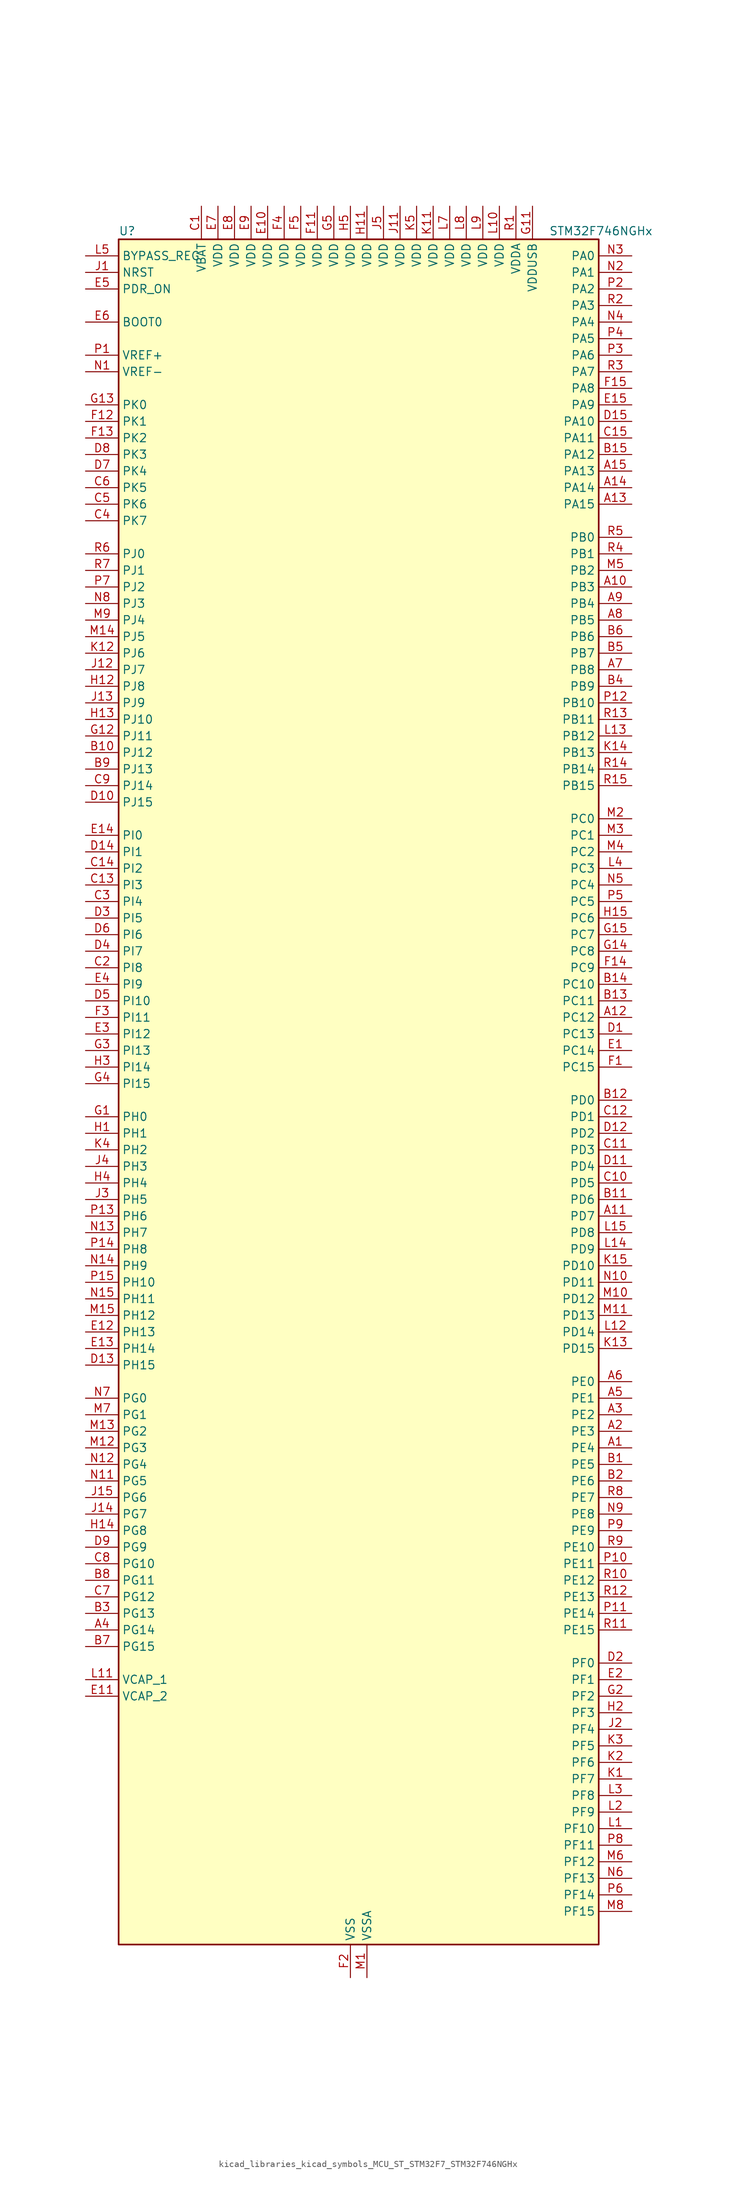
<source format=kicad_sym>
(kicad_symbol_lib
  (version 20220914)
  (generator kicad_symbol_editor)
  (symbol "kicad_libraries_kicad_symbols_MCU_ST_STM32F7_STM32F746NGHx"
    (property "Reference" "U"
      (at -35.56 133.35 0)
      (effects (font (size 1.27 1.27)) (justify left)))
    (property "Value" "STM32F746NGHx"
      (at 30.48 133.35 0)
      (effects (font (size 1.27 1.27)) (justify left)))
    (property "ki_locked" ""
      (at 0 0 0)
      (effects (font (size 1.27 1.27))))
    (symbol "kicad_libraries_kicad_symbols_MCU_ST_STM32F7_STM32F746NGHx_0_1"
      (rectangle (start -35.56 -129.54) (end 38.1 132.08) (stroke (width 0.254) (type default)) (fill (type background))))
    (symbol "kicad_libraries_kicad_symbols_MCU_ST_STM32F7_STM32F746NGHx_1_1"
      (pin bidirectional line (at 43.18 -53.34 180) (length 5.08) (name "PE4" (effects (font (size 1.27 1.27)))) (number "A1" (effects (font (size 1.27 1.27)))) (alternate "DCMI_D4" bidirectional line) (alternate "FMC_A20" bidirectional line) (alternate "LTDC_B0" bidirectional line) (alternate "SAI1_FS_A" bidirectional line) (alternate "SPI4_NSS" bidirectional line) (alternate "SYS_TRACED1" bidirectional line))
      (pin bidirectional line (at 43.18 78.74 180) (length 5.08) (name "PB3" (effects (font (size 1.27 1.27)))) (number "A10" (effects (font (size 1.27 1.27)))) (alternate "I2S1_CK" bidirectional line) (alternate "I2S3_CK" bidirectional line) (alternate "SPI1_SCK" bidirectional line) (alternate "SPI3_SCK" bidirectional line) (alternate "SYS_JTDO-SWO" bidirectional line) (alternate "TIM2_CH2" bidirectional line))
      (pin bidirectional line (at 43.18 -17.78 180) (length 5.08) (name "PD7" (effects (font (size 1.27 1.27)))) (number "A11" (effects (font (size 1.27 1.27)))) (alternate "FMC_NE1" bidirectional line) (alternate "SPDIFRX_IN0" bidirectional line) (alternate "USART2_CK" bidirectional line))
      (pin bidirectional line (at 43.18 12.7 180) (length 5.08) (name "PC12" (effects (font (size 1.27 1.27)))) (number "A12" (effects (font (size 1.27 1.27)))) (alternate "DCMI_D9" bidirectional line) (alternate "I2S3_SD" bidirectional line) (alternate "SDMMC1_CK" bidirectional line) (alternate "SPI3_MOSI" bidirectional line) (alternate "SYS_TRACED3" bidirectional line) (alternate "UART5_TX" bidirectional line) (alternate "USART3_CK" bidirectional line))
      (pin bidirectional line (at 43.18 91.44 180) (length 5.08) (name "PA15" (effects (font (size 1.27 1.27)))) (number "A13" (effects (font (size 1.27 1.27)))) (alternate "CEC" bidirectional line) (alternate "I2S1_WS" bidirectional line) (alternate "I2S3_WS" bidirectional line) (alternate "SPI1_NSS" bidirectional line) (alternate "SPI3_NSS" bidirectional line) (alternate "SYS_JTDI" bidirectional line) (alternate "TIM2_CH1" bidirectional line) (alternate "TIM2_ETR" bidirectional line) (alternate "UART4_DE" bidirectional line) (alternate "UART4_RTS" bidirectional line))
      (pin bidirectional line (at 43.18 93.98 180) (length 5.08) (name "PA14" (effects (font (size 1.27 1.27)))) (number "A14" (effects (font (size 1.27 1.27)))) (alternate "SYS_JTCK-SWCLK" bidirectional line))
      (pin bidirectional line (at 43.18 96.52 180) (length 5.08) (name "PA13" (effects (font (size 1.27 1.27)))) (number "A15" (effects (font (size 1.27 1.27)))) (alternate "SYS_JTMS-SWDIO" bidirectional line))
      (pin bidirectional line (at 43.18 -50.8 180) (length 5.08) (name "PE3" (effects (font (size 1.27 1.27)))) (number "A2" (effects (font (size 1.27 1.27)))) (alternate "FMC_A19" bidirectional line) (alternate "SAI1_SD_B" bidirectional line) (alternate "SYS_TRACED0" bidirectional line))
      (pin bidirectional line (at 43.18 -48.26 180) (length 5.08) (name "PE2" (effects (font (size 1.27 1.27)))) (number "A3" (effects (font (size 1.27 1.27)))) (alternate "ETH_TXD3" bidirectional line) (alternate "FMC_A23" bidirectional line) (alternate "QUADSPI_BK1_IO2" bidirectional line) (alternate "SAI1_MCLK_A" bidirectional line) (alternate "SPI4_SCK" bidirectional line) (alternate "SYS_TRACECLK" bidirectional line))
      (pin bidirectional line (at -40.64 -81.28 0) (length 5.08) (name "PG14" (effects (font (size 1.27 1.27)))) (number "A4" (effects (font (size 1.27 1.27)))) (alternate "ETH_TXD1" bidirectional line) (alternate "FMC_A25" bidirectional line) (alternate "LPTIM1_ETR" bidirectional line) (alternate "LTDC_B0" bidirectional line) (alternate "QUADSPI_BK2_IO3" bidirectional line) (alternate "SPI6_MOSI" bidirectional line) (alternate "SYS_TRACED1" bidirectional line) (alternate "USART6_TX" bidirectional line))
      (pin bidirectional line (at 43.18 -45.72 180) (length 5.08) (name "PE1" (effects (font (size 1.27 1.27)))) (number "A5" (effects (font (size 1.27 1.27)))) (alternate "DCMI_D3" bidirectional line) (alternate "FMC_NBL1" bidirectional line) (alternate "LPTIM1_IN2" bidirectional line) (alternate "UART8_TX" bidirectional line))
      (pin bidirectional line (at 43.18 -43.18 180) (length 5.08) (name "PE0" (effects (font (size 1.27 1.27)))) (number "A6" (effects (font (size 1.27 1.27)))) (alternate "DCMI_D2" bidirectional line) (alternate "FMC_NBL0" bidirectional line) (alternate "LPTIM1_ETR" bidirectional line) (alternate "SAI2_MCLK_A" bidirectional line) (alternate "TIM4_ETR" bidirectional line) (alternate "UART8_RX" bidirectional line))
      (pin bidirectional line (at 43.18 66.04 180) (length 5.08) (name "PB8" (effects (font (size 1.27 1.27)))) (number "A7" (effects (font (size 1.27 1.27)))) (alternate "CAN1_RX" bidirectional line) (alternate "DCMI_D6" bidirectional line) (alternate "ETH_TXD3" bidirectional line) (alternate "I2C1_SCL" bidirectional line) (alternate "LTDC_B6" bidirectional line) (alternate "SDMMC1_D4" bidirectional line) (alternate "TIM10_CH1" bidirectional line) (alternate "TIM4_CH3" bidirectional line))
      (pin bidirectional line (at 43.18 73.66 180) (length 5.08) (name "PB5" (effects (font (size 1.27 1.27)))) (number "A8" (effects (font (size 1.27 1.27)))) (alternate "CAN2_RX" bidirectional line) (alternate "DCMI_D10" bidirectional line) (alternate "ETH_PPS_OUT" bidirectional line) (alternate "FMC_SDCKE1" bidirectional line) (alternate "I2C1_SMBA" bidirectional line) (alternate "I2S1_SD" bidirectional line) (alternate "I2S3_SD" bidirectional line) (alternate "SPI1_MOSI" bidirectional line) (alternate "SPI3_MOSI" bidirectional line) (alternate "TIM3_CH2" bidirectional line) (alternate "USB_OTG_HS_ULPI_D7" bidirectional line))
      (pin bidirectional line (at 43.18 76.2 180) (length 5.08) (name "PB4" (effects (font (size 1.27 1.27)))) (number "A9" (effects (font (size 1.27 1.27)))) (alternate "I2S2_WS" bidirectional line) (alternate "SPI1_MISO" bidirectional line) (alternate "SPI2_NSS" bidirectional line) (alternate "SPI3_MISO" bidirectional line) (alternate "SYS_JTRST" bidirectional line) (alternate "TIM3_CH1" bidirectional line))
      (pin bidirectional line (at 43.18 -55.88 180) (length 5.08) (name "PE5" (effects (font (size 1.27 1.27)))) (number "B1" (effects (font (size 1.27 1.27)))) (alternate "DCMI_D6" bidirectional line) (alternate "FMC_A21" bidirectional line) (alternate "LTDC_G0" bidirectional line) (alternate "SAI1_SCK_A" bidirectional line) (alternate "SPI4_MISO" bidirectional line) (alternate "SYS_TRACED2" bidirectional line) (alternate "TIM9_CH1" bidirectional line))
      (pin bidirectional line (at -40.64 53.34 0) (length 5.08) (name "PJ12" (effects (font (size 1.27 1.27)))) (number "B10" (effects (font (size 1.27 1.27)))) (alternate "LTDC_B0" bidirectional line))
      (pin bidirectional line (at 43.18 -15.24 180) (length 5.08) (name "PD6" (effects (font (size 1.27 1.27)))) (number "B11" (effects (font (size 1.27 1.27)))) (alternate "DCMI_D10" bidirectional line) (alternate "FMC_NWAIT" bidirectional line) (alternate "I2S3_SD" bidirectional line) (alternate "LTDC_B2" bidirectional line) (alternate "SAI1_SD_A" bidirectional line) (alternate "SPI3_MOSI" bidirectional line) (alternate "USART2_RX" bidirectional line))
      (pin bidirectional line (at 43.18 0 180) (length 5.08) (name "PD0" (effects (font (size 1.27 1.27)))) (number "B12" (effects (font (size 1.27 1.27)))) (alternate "CAN1_RX" bidirectional line) (alternate "FMC_D2" bidirectional line) (alternate "FMC_DA2" bidirectional line))
      (pin bidirectional line (at 43.18 15.24 180) (length 5.08) (name "PC11" (effects (font (size 1.27 1.27)))) (number "B13" (effects (font (size 1.27 1.27)))) (alternate "ADC1_EXTI11" bidirectional line) (alternate "ADC2_EXTI11" bidirectional line) (alternate "ADC3_EXTI11" bidirectional line) (alternate "DCMI_D4" bidirectional line) (alternate "QUADSPI_BK2_NCS" bidirectional line) (alternate "SDMMC1_D3" bidirectional line) (alternate "SPI3_MISO" bidirectional line) (alternate "UART4_RX" bidirectional line) (alternate "USART3_RX" bidirectional line))
      (pin bidirectional line (at 43.18 17.78 180) (length 5.08) (name "PC10" (effects (font (size 1.27 1.27)))) (number "B14" (effects (font (size 1.27 1.27)))) (alternate "DCMI_D8" bidirectional line) (alternate "I2S3_CK" bidirectional line) (alternate "LTDC_R2" bidirectional line) (alternate "QUADSPI_BK1_IO1" bidirectional line) (alternate "SDMMC1_D2" bidirectional line) (alternate "SPI3_SCK" bidirectional line) (alternate "UART4_TX" bidirectional line) (alternate "USART3_TX" bidirectional line))
      (pin bidirectional line (at 43.18 99.06 180) (length 5.08) (name "PA12" (effects (font (size 1.27 1.27)))) (number "B15" (effects (font (size 1.27 1.27)))) (alternate "CAN1_TX" bidirectional line) (alternate "LTDC_R5" bidirectional line) (alternate "SAI2_FS_B" bidirectional line) (alternate "TIM1_ETR" bidirectional line) (alternate "USART1_DE" bidirectional line) (alternate "USART1_RTS" bidirectional line) (alternate "USB_OTG_FS_DP" bidirectional line))
      (pin bidirectional line (at 43.18 -58.42 180) (length 5.08) (name "PE6" (effects (font (size 1.27 1.27)))) (number "B2" (effects (font (size 1.27 1.27)))) (alternate "DCMI_D7" bidirectional line) (alternate "FMC_A22" bidirectional line) (alternate "LTDC_G1" bidirectional line) (alternate "SAI1_SD_A" bidirectional line) (alternate "SAI2_MCLK_B" bidirectional line) (alternate "SPI4_MOSI" bidirectional line) (alternate "SYS_TRACED3" bidirectional line) (alternate "TIM1_BKIN2" bidirectional line) (alternate "TIM9_CH2" bidirectional line))
      (pin bidirectional line (at -40.64 -78.74 0) (length 5.08) (name "PG13" (effects (font (size 1.27 1.27)))) (number "B3" (effects (font (size 1.27 1.27)))) (alternate "ETH_TXD0" bidirectional line) (alternate "FMC_A24" bidirectional line) (alternate "LPTIM1_OUT" bidirectional line) (alternate "LTDC_R0" bidirectional line) (alternate "SPI6_SCK" bidirectional line) (alternate "SYS_TRACED0" bidirectional line) (alternate "USART6_CTS" bidirectional line))
      (pin bidirectional line (at 43.18 63.5 180) (length 5.08) (name "PB9" (effects (font (size 1.27 1.27)))) (number "B4" (effects (font (size 1.27 1.27)))) (alternate "CAN1_TX" bidirectional line) (alternate "DAC_EXTI9" bidirectional line) (alternate "DCMI_D7" bidirectional line) (alternate "I2C1_SDA" bidirectional line) (alternate "I2S2_WS" bidirectional line) (alternate "LTDC_B7" bidirectional line) (alternate "SDMMC1_D5" bidirectional line) (alternate "SPI2_NSS" bidirectional line) (alternate "TIM11_CH1" bidirectional line) (alternate "TIM4_CH4" bidirectional line))
      (pin bidirectional line (at 43.18 68.58 180) (length 5.08) (name "PB7" (effects (font (size 1.27 1.27)))) (number "B5" (effects (font (size 1.27 1.27)))) (alternate "DCMI_VSYNC" bidirectional line) (alternate "FMC_NL" bidirectional line) (alternate "I2C1_SDA" bidirectional line) (alternate "TIM4_CH2" bidirectional line) (alternate "USART1_RX" bidirectional line))
      (pin bidirectional line (at 43.18 71.12 180) (length 5.08) (name "PB6" (effects (font (size 1.27 1.27)))) (number "B6" (effects (font (size 1.27 1.27)))) (alternate "CAN2_TX" bidirectional line) (alternate "CEC" bidirectional line) (alternate "DCMI_D5" bidirectional line) (alternate "FMC_SDNE1" bidirectional line) (alternate "I2C1_SCL" bidirectional line) (alternate "QUADSPI_BK1_NCS" bidirectional line) (alternate "TIM4_CH1" bidirectional line) (alternate "USART1_TX" bidirectional line))
      (pin bidirectional line (at -40.64 -83.82 0) (length 5.08) (name "PG15" (effects (font (size 1.27 1.27)))) (number "B7" (effects (font (size 1.27 1.27)))) (alternate "DCMI_D13" bidirectional line) (alternate "FMC_SDNCAS" bidirectional line) (alternate "USART6_CTS" bidirectional line))
      (pin bidirectional line (at -40.64 -73.66 0) (length 5.08) (name "PG11" (effects (font (size 1.27 1.27)))) (number "B8" (effects (font (size 1.27 1.27)))) (alternate "ADC1_EXTI11" bidirectional line) (alternate "ADC2_EXTI11" bidirectional line) (alternate "ADC3_EXTI11" bidirectional line) (alternate "DCMI_D3" bidirectional line) (alternate "ETH_TX_EN" bidirectional line) (alternate "LTDC_B3" bidirectional line) (alternate "SPDIFRX_IN0" bidirectional line))
      (pin bidirectional line (at -40.64 50.8 0) (length 5.08) (name "PJ13" (effects (font (size 1.27 1.27)))) (number "B9" (effects (font (size 1.27 1.27)))) (alternate "LTDC_B1" bidirectional line))
      (pin power_in line (at -22.86 137.16 270) (length 5.08) (name "VBAT" (effects (font (size 1.27 1.27)))) (number "C1" (effects (font (size 1.27 1.27)))))
      (pin bidirectional line (at 43.18 -12.7 180) (length 5.08) (name "PD5" (effects (font (size 1.27 1.27)))) (number "C10" (effects (font (size 1.27 1.27)))) (alternate "FMC_NWE" bidirectional line) (alternate "USART2_TX" bidirectional line))
      (pin bidirectional line (at 43.18 -7.62 180) (length 5.08) (name "PD3" (effects (font (size 1.27 1.27)))) (number "C11" (effects (font (size 1.27 1.27)))) (alternate "DCMI_D5" bidirectional line) (alternate "FMC_CLK" bidirectional line) (alternate "I2S2_CK" bidirectional line) (alternate "LTDC_G7" bidirectional line) (alternate "SPI2_SCK" bidirectional line) (alternate "USART2_CTS" bidirectional line))
      (pin bidirectional line (at 43.18 -2.54 180) (length 5.08) (name "PD1" (effects (font (size 1.27 1.27)))) (number "C12" (effects (font (size 1.27 1.27)))) (alternate "CAN1_TX" bidirectional line) (alternate "FMC_D3" bidirectional line) (alternate "FMC_DA3" bidirectional line))
      (pin bidirectional line (at -40.64 33.02 0) (length 5.08) (name "PI3" (effects (font (size 1.27 1.27)))) (number "C13" (effects (font (size 1.27 1.27)))) (alternate "DCMI_D10" bidirectional line) (alternate "FMC_D27" bidirectional line) (alternate "I2S2_SD" bidirectional line) (alternate "SPI2_MOSI" bidirectional line) (alternate "TIM8_ETR" bidirectional line))
      (pin bidirectional line (at -40.64 35.56 0) (length 5.08) (name "PI2" (effects (font (size 1.27 1.27)))) (number "C14" (effects (font (size 1.27 1.27)))) (alternate "DCMI_D9" bidirectional line) (alternate "FMC_D26" bidirectional line) (alternate "LTDC_G7" bidirectional line) (alternate "SPI2_MISO" bidirectional line) (alternate "TIM8_CH4" bidirectional line))
      (pin bidirectional line (at 43.18 101.6 180) (length 5.08) (name "PA11" (effects (font (size 1.27 1.27)))) (number "C15" (effects (font (size 1.27 1.27)))) (alternate "ADC1_EXTI11" bidirectional line) (alternate "ADC2_EXTI11" bidirectional line) (alternate "ADC3_EXTI11" bidirectional line) (alternate "CAN1_RX" bidirectional line) (alternate "LTDC_R4" bidirectional line) (alternate "TIM1_CH4" bidirectional line) (alternate "USART1_CTS" bidirectional line) (alternate "USB_OTG_FS_DM" bidirectional line))
      (pin bidirectional line (at -40.64 20.32 0) (length 5.08) (name "PI8" (effects (font (size 1.27 1.27)))) (number "C2" (effects (font (size 1.27 1.27)))) (alternate "RTC_TAMP2" bidirectional line) (alternate "RTC_TS" bidirectional line) (alternate "SYS_WKUP5" bidirectional line))
      (pin bidirectional line (at -40.64 30.48 0) (length 5.08) (name "PI4" (effects (font (size 1.27 1.27)))) (number "C3" (effects (font (size 1.27 1.27)))) (alternate "DCMI_D5" bidirectional line) (alternate "FMC_NBL2" bidirectional line) (alternate "LTDC_B4" bidirectional line) (alternate "SAI2_MCLK_A" bidirectional line) (alternate "TIM8_BKIN" bidirectional line))
      (pin bidirectional line (at -40.64 88.9 0) (length 5.08) (name "PK7" (effects (font (size 1.27 1.27)))) (number "C4" (effects (font (size 1.27 1.27)))) (alternate "LTDC_DE" bidirectional line))
      (pin bidirectional line (at -40.64 91.44 0) (length 5.08) (name "PK6" (effects (font (size 1.27 1.27)))) (number "C5" (effects (font (size 1.27 1.27)))) (alternate "LTDC_B7" bidirectional line))
      (pin bidirectional line (at -40.64 93.98 0) (length 5.08) (name "PK5" (effects (font (size 1.27 1.27)))) (number "C6" (effects (font (size 1.27 1.27)))) (alternate "LTDC_B6" bidirectional line))
      (pin bidirectional line (at -40.64 -76.2 0) (length 5.08) (name "PG12" (effects (font (size 1.27 1.27)))) (number "C7" (effects (font (size 1.27 1.27)))) (alternate "FMC_NE4" bidirectional line) (alternate "LPTIM1_IN1" bidirectional line) (alternate "LTDC_B1" bidirectional line) (alternate "LTDC_B4" bidirectional line) (alternate "SPDIFRX_IN1" bidirectional line) (alternate "SPI6_MISO" bidirectional line) (alternate "USART6_DE" bidirectional line) (alternate "USART6_RTS" bidirectional line))
      (pin bidirectional line (at -40.64 -71.12 0) (length 5.08) (name "PG10" (effects (font (size 1.27 1.27)))) (number "C8" (effects (font (size 1.27 1.27)))) (alternate "DCMI_D2" bidirectional line) (alternate "FMC_NE3" bidirectional line) (alternate "LTDC_B2" bidirectional line) (alternate "LTDC_G3" bidirectional line) (alternate "SAI2_SD_B" bidirectional line))
      (pin bidirectional line (at -40.64 48.26 0) (length 5.08) (name "PJ14" (effects (font (size 1.27 1.27)))) (number "C9" (effects (font (size 1.27 1.27)))) (alternate "LTDC_B2" bidirectional line))
      (pin bidirectional line (at 43.18 10.16 180) (length 5.08) (name "PC13" (effects (font (size 1.27 1.27)))) (number "D1" (effects (font (size 1.27 1.27)))) (alternate "RTC_OUT" bidirectional line) (alternate "RTC_TAMP1" bidirectional line) (alternate "RTC_TS" bidirectional line) (alternate "SYS_WKUP4" bidirectional line))
      (pin bidirectional line (at -40.64 45.72 0) (length 5.08) (name "PJ15" (effects (font (size 1.27 1.27)))) (number "D10" (effects (font (size 1.27 1.27)))) (alternate "LTDC_B3" bidirectional line))
      (pin bidirectional line (at 43.18 -10.16 180) (length 5.08) (name "PD4" (effects (font (size 1.27 1.27)))) (number "D11" (effects (font (size 1.27 1.27)))) (alternate "FMC_NOE" bidirectional line) (alternate "USART2_DE" bidirectional line) (alternate "USART2_RTS" bidirectional line))
      (pin bidirectional line (at 43.18 -5.08 180) (length 5.08) (name "PD2" (effects (font (size 1.27 1.27)))) (number "D12" (effects (font (size 1.27 1.27)))) (alternate "DCMI_D11" bidirectional line) (alternate "SDMMC1_CMD" bidirectional line) (alternate "SYS_TRACED2" bidirectional line) (alternate "TIM3_ETR" bidirectional line) (alternate "UART5_RX" bidirectional line))
      (pin bidirectional line (at -40.64 -40.64 0) (length 5.08) (name "PH15" (effects (font (size 1.27 1.27)))) (number "D13" (effects (font (size 1.27 1.27)))) (alternate "DCMI_D11" bidirectional line) (alternate "FMC_D23" bidirectional line) (alternate "LTDC_G4" bidirectional line) (alternate "TIM8_CH3N" bidirectional line))
      (pin bidirectional line (at -40.64 38.1 0) (length 5.08) (name "PI1" (effects (font (size 1.27 1.27)))) (number "D14" (effects (font (size 1.27 1.27)))) (alternate "DCMI_D8" bidirectional line) (alternate "FMC_D25" bidirectional line) (alternate "I2S2_CK" bidirectional line) (alternate "LTDC_G6" bidirectional line) (alternate "SPI2_SCK" bidirectional line) (alternate "TIM8_BKIN2" bidirectional line))
      (pin bidirectional line (at 43.18 104.14 180) (length 5.08) (name "PA10" (effects (font (size 1.27 1.27)))) (number "D15" (effects (font (size 1.27 1.27)))) (alternate "DCMI_D1" bidirectional line) (alternate "TIM1_CH3" bidirectional line) (alternate "USART1_RX" bidirectional line) (alternate "USB_OTG_FS_ID" bidirectional line))
      (pin bidirectional line (at 43.18 -86.36 180) (length 5.08) (name "PF0" (effects (font (size 1.27 1.27)))) (number "D2" (effects (font (size 1.27 1.27)))) (alternate "FMC_A0" bidirectional line) (alternate "I2C2_SDA" bidirectional line))
      (pin bidirectional line (at -40.64 27.94 0) (length 5.08) (name "PI5" (effects (font (size 1.27 1.27)))) (number "D3" (effects (font (size 1.27 1.27)))) (alternate "DCMI_VSYNC" bidirectional line) (alternate "FMC_NBL3" bidirectional line) (alternate "LTDC_B5" bidirectional line) (alternate "SAI2_SCK_A" bidirectional line) (alternate "TIM8_CH1" bidirectional line))
      (pin bidirectional line (at -40.64 22.86 0) (length 5.08) (name "PI7" (effects (font (size 1.27 1.27)))) (number "D4" (effects (font (size 1.27 1.27)))) (alternate "DCMI_D7" bidirectional line) (alternate "FMC_D29" bidirectional line) (alternate "LTDC_B7" bidirectional line) (alternate "SAI2_FS_A" bidirectional line) (alternate "TIM8_CH3" bidirectional line))
      (pin bidirectional line (at -40.64 15.24 0) (length 5.08) (name "PI10" (effects (font (size 1.27 1.27)))) (number "D5" (effects (font (size 1.27 1.27)))) (alternate "ETH_RX_ER" bidirectional line) (alternate "FMC_D31" bidirectional line) (alternate "LTDC_HSYNC" bidirectional line))
      (pin bidirectional line (at -40.64 25.4 0) (length 5.08) (name "PI6" (effects (font (size 1.27 1.27)))) (number "D6" (effects (font (size 1.27 1.27)))) (alternate "DCMI_D6" bidirectional line) (alternate "FMC_D28" bidirectional line) (alternate "LTDC_B6" bidirectional line) (alternate "SAI2_SD_A" bidirectional line) (alternate "TIM8_CH2" bidirectional line))
      (pin bidirectional line (at -40.64 96.52 0) (length 5.08) (name "PK4" (effects (font (size 1.27 1.27)))) (number "D7" (effects (font (size 1.27 1.27)))) (alternate "LTDC_B5" bidirectional line))
      (pin bidirectional line (at -40.64 99.06 0) (length 5.08) (name "PK3" (effects (font (size 1.27 1.27)))) (number "D8" (effects (font (size 1.27 1.27)))) (alternate "LTDC_B4" bidirectional line))
      (pin bidirectional line (at -40.64 -68.58 0) (length 5.08) (name "PG9" (effects (font (size 1.27 1.27)))) (number "D9" (effects (font (size 1.27 1.27)))) (alternate "DAC_EXTI9" bidirectional line) (alternate "DCMI_VSYNC" bidirectional line) (alternate "FMC_NCE" bidirectional line) (alternate "FMC_NE2" bidirectional line) (alternate "QUADSPI_BK2_IO2" bidirectional line) (alternate "SAI2_FS_B" bidirectional line) (alternate "SPDIFRX_IN3" bidirectional line) (alternate "USART6_RX" bidirectional line))
      (pin bidirectional line (at 43.18 7.62 180) (length 5.08) (name "PC14" (effects (font (size 1.27 1.27)))) (number "E1" (effects (font (size 1.27 1.27)))) (alternate "RCC_OSC32_IN" bidirectional line))
      (pin power_in line (at -12.7 137.16 270) (length 5.08) (name "VDD" (effects (font (size 1.27 1.27)))) (number "E10" (effects (font (size 1.27 1.27)))))
      (pin power_out line (at -40.64 -91.44 0) (length 5.08) (name "VCAP_2" (effects (font (size 1.27 1.27)))) (number "E11" (effects (font (size 1.27 1.27)))))
      (pin bidirectional line (at -40.64 -35.56 0) (length 5.08) (name "PH13" (effects (font (size 1.27 1.27)))) (number "E12" (effects (font (size 1.27 1.27)))) (alternate "CAN1_TX" bidirectional line) (alternate "FMC_D21" bidirectional line) (alternate "LTDC_G2" bidirectional line) (alternate "TIM8_CH1N" bidirectional line))
      (pin bidirectional line (at -40.64 -38.1 0) (length 5.08) (name "PH14" (effects (font (size 1.27 1.27)))) (number "E13" (effects (font (size 1.27 1.27)))) (alternate "DCMI_D4" bidirectional line) (alternate "FMC_D22" bidirectional line) (alternate "LTDC_G3" bidirectional line) (alternate "TIM8_CH2N" bidirectional line))
      (pin bidirectional line (at -40.64 40.64 0) (length 5.08) (name "PI0" (effects (font (size 1.27 1.27)))) (number "E14" (effects (font (size 1.27 1.27)))) (alternate "DCMI_D13" bidirectional line) (alternate "FMC_D24" bidirectional line) (alternate "I2S2_WS" bidirectional line) (alternate "LTDC_G5" bidirectional line) (alternate "SPI2_NSS" bidirectional line) (alternate "TIM5_CH4" bidirectional line))
      (pin bidirectional line (at 43.18 106.68 180) (length 5.08) (name "PA9" (effects (font (size 1.27 1.27)))) (number "E15" (effects (font (size 1.27 1.27)))) (alternate "DAC_EXTI9" bidirectional line) (alternate "DCMI_D0" bidirectional line) (alternate "I2C3_SMBA" bidirectional line) (alternate "I2S2_CK" bidirectional line) (alternate "SPI2_SCK" bidirectional line) (alternate "TIM1_CH2" bidirectional line) (alternate "USART1_TX" bidirectional line) (alternate "USB_OTG_FS_VBUS" bidirectional line))
      (pin bidirectional line (at 43.18 -88.9 180) (length 5.08) (name "PF1" (effects (font (size 1.27 1.27)))) (number "E2" (effects (font (size 1.27 1.27)))) (alternate "FMC_A1" bidirectional line) (alternate "I2C2_SCL" bidirectional line))
      (pin bidirectional line (at -40.64 10.16 0) (length 5.08) (name "PI12" (effects (font (size 1.27 1.27)))) (number "E3" (effects (font (size 1.27 1.27)))) (alternate "LTDC_HSYNC" bidirectional line))
      (pin bidirectional line (at -40.64 17.78 0) (length 5.08) (name "PI9" (effects (font (size 1.27 1.27)))) (number "E4" (effects (font (size 1.27 1.27)))) (alternate "CAN1_RX" bidirectional line) (alternate "DAC_EXTI9" bidirectional line) (alternate "FMC_D30" bidirectional line) (alternate "LTDC_VSYNC" bidirectional line))
      (pin input line (at -40.64 124.46 0) (length 5.08) (name "PDR_ON" (effects (font (size 1.27 1.27)))) (number "E5" (effects (font (size 1.27 1.27)))))
      (pin input line (at -40.64 119.38 0) (length 5.08) (name "BOOT0" (effects (font (size 1.27 1.27)))) (number "E6" (effects (font (size 1.27 1.27)))))
      (pin power_in line (at -20.32 137.16 270) (length 5.08) (name "VDD" (effects (font (size 1.27 1.27)))) (number "E7" (effects (font (size 1.27 1.27)))))
      (pin power_in line (at -17.78 137.16 270) (length 5.08) (name "VDD" (effects (font (size 1.27 1.27)))) (number "E8" (effects (font (size 1.27 1.27)))))
      (pin power_in line (at -15.24 137.16 270) (length 5.08) (name "VDD" (effects (font (size 1.27 1.27)))) (number "E9" (effects (font (size 1.27 1.27)))))
      (pin bidirectional line (at 43.18 5.08 180) (length 5.08) (name "PC15" (effects (font (size 1.27 1.27)))) (number "F1" (effects (font (size 1.27 1.27)))) (alternate "RCC_OSC32_OUT" bidirectional line))
      (pin passive line (at 0 -134.62 90) (length 5.08) hide (name "VSS" (effects (font (size 1.27 1.27)))) (number "F10" (effects (font (size 1.27 1.27)))))
      (pin power_in line (at -5.08 137.16 270) (length 5.08) (name "VDD" (effects (font (size 1.27 1.27)))) (number "F11" (effects (font (size 1.27 1.27)))))
      (pin bidirectional line (at -40.64 104.14 0) (length 5.08) (name "PK1" (effects (font (size 1.27 1.27)))) (number "F12" (effects (font (size 1.27 1.27)))) (alternate "LTDC_G6" bidirectional line))
      (pin bidirectional line (at -40.64 101.6 0) (length 5.08) (name "PK2" (effects (font (size 1.27 1.27)))) (number "F13" (effects (font (size 1.27 1.27)))) (alternate "LTDC_G7" bidirectional line))
      (pin bidirectional line (at 43.18 20.32 180) (length 5.08) (name "PC9" (effects (font (size 1.27 1.27)))) (number "F14" (effects (font (size 1.27 1.27)))) (alternate "DAC_EXTI9" bidirectional line) (alternate "DCMI_D3" bidirectional line) (alternate "I2C3_SDA" bidirectional line) (alternate "I2S_CKIN" bidirectional line) (alternate "QUADSPI_BK1_IO0" bidirectional line) (alternate "RCC_MCO_2" bidirectional line) (alternate "SDMMC1_D1" bidirectional line) (alternate "TIM3_CH4" bidirectional line) (alternate "TIM8_CH4" bidirectional line) (alternate "UART5_CTS" bidirectional line))
      (pin bidirectional line (at 43.18 109.22 180) (length 5.08) (name "PA8" (effects (font (size 1.27 1.27)))) (number "F15" (effects (font (size 1.27 1.27)))) (alternate "I2C3_SCL" bidirectional line) (alternate "LTDC_R6" bidirectional line) (alternate "RCC_MCO_1" bidirectional line) (alternate "TIM1_CH1" bidirectional line) (alternate "TIM8_BKIN2" bidirectional line) (alternate "USART1_CK" bidirectional line) (alternate "USB_OTG_FS_SOF" bidirectional line))
      (pin power_in line (at 0 -134.62 90) (length 5.08) (name "VSS" (effects (font (size 1.27 1.27)))) (number "F2" (effects (font (size 1.27 1.27)))))
      (pin bidirectional line (at -40.64 12.7 0) (length 5.08) (name "PI11" (effects (font (size 1.27 1.27)))) (number "F3" (effects (font (size 1.27 1.27)))) (alternate "ADC1_EXTI11" bidirectional line) (alternate "ADC2_EXTI11" bidirectional line) (alternate "ADC3_EXTI11" bidirectional line) (alternate "SYS_WKUP6" bidirectional line) (alternate "USB_OTG_HS_ULPI_DIR" bidirectional line))
      (pin power_in line (at -10.16 137.16 270) (length 5.08) (name "VDD" (effects (font (size 1.27 1.27)))) (number "F4" (effects (font (size 1.27 1.27)))))
      (pin power_in line (at -7.62 137.16 270) (length 5.08) (name "VDD" (effects (font (size 1.27 1.27)))) (number "F5" (effects (font (size 1.27 1.27)))))
      (pin passive line (at 0 -134.62 90) (length 5.08) hide (name "VSS" (effects (font (size 1.27 1.27)))) (number "F6" (effects (font (size 1.27 1.27)))))
      (pin passive line (at 0 -134.62 90) (length 5.08) hide (name "VSS" (effects (font (size 1.27 1.27)))) (number "F7" (effects (font (size 1.27 1.27)))))
      (pin passive line (at 0 -134.62 90) (length 5.08) hide (name "VSS" (effects (font (size 1.27 1.27)))) (number "F8" (effects (font (size 1.27 1.27)))))
      (pin passive line (at 0 -134.62 90) (length 5.08) hide (name "VSS" (effects (font (size 1.27 1.27)))) (number "F9" (effects (font (size 1.27 1.27)))))
      (pin bidirectional line (at -40.64 -2.54 0) (length 5.08) (name "PH0" (effects (font (size 1.27 1.27)))) (number "G1" (effects (font (size 1.27 1.27)))) (alternate "RCC_OSC_IN" bidirectional line))
      (pin passive line (at 0 -134.62 90) (length 5.08) hide (name "VSS" (effects (font (size 1.27 1.27)))) (number "G10" (effects (font (size 1.27 1.27)))))
      (pin power_in line (at 27.94 137.16 270) (length 5.08) (name "VDDUSB" (effects (font (size 1.27 1.27)))) (number "G11" (effects (font (size 1.27 1.27)))))
      (pin bidirectional line (at -40.64 55.88 0) (length 5.08) (name "PJ11" (effects (font (size 1.27 1.27)))) (number "G12" (effects (font (size 1.27 1.27)))) (alternate "ADC1_EXTI11" bidirectional line) (alternate "ADC2_EXTI11" bidirectional line) (alternate "ADC3_EXTI11" bidirectional line) (alternate "LTDC_G4" bidirectional line))
      (pin bidirectional line (at -40.64 106.68 0) (length 5.08) (name "PK0" (effects (font (size 1.27 1.27)))) (number "G13" (effects (font (size 1.27 1.27)))) (alternate "LTDC_G5" bidirectional line))
      (pin bidirectional line (at 43.18 22.86 180) (length 5.08) (name "PC8" (effects (font (size 1.27 1.27)))) (number "G14" (effects (font (size 1.27 1.27)))) (alternate "DCMI_D2" bidirectional line) (alternate "SDMMC1_D0" bidirectional line) (alternate "SYS_TRACED1" bidirectional line) (alternate "TIM3_CH3" bidirectional line) (alternate "TIM8_CH3" bidirectional line) (alternate "UART5_DE" bidirectional line) (alternate "UART5_RTS" bidirectional line) (alternate "USART6_CK" bidirectional line))
      (pin bidirectional line (at 43.18 25.4 180) (length 5.08) (name "PC7" (effects (font (size 1.27 1.27)))) (number "G15" (effects (font (size 1.27 1.27)))) (alternate "DCMI_D1" bidirectional line) (alternate "I2S3_MCK" bidirectional line) (alternate "LTDC_G6" bidirectional line) (alternate "SDMMC1_D7" bidirectional line) (alternate "TIM3_CH2" bidirectional line) (alternate "TIM8_CH2" bidirectional line) (alternate "USART6_RX" bidirectional line))
      (pin bidirectional line (at 43.18 -91.44 180) (length 5.08) (name "PF2" (effects (font (size 1.27 1.27)))) (number "G2" (effects (font (size 1.27 1.27)))) (alternate "FMC_A2" bidirectional line) (alternate "I2C2_SMBA" bidirectional line))
      (pin bidirectional line (at -40.64 7.62 0) (length 5.08) (name "PI13" (effects (font (size 1.27 1.27)))) (number "G3" (effects (font (size 1.27 1.27)))) (alternate "LTDC_VSYNC" bidirectional line))
      (pin bidirectional line (at -40.64 2.54 0) (length 5.08) (name "PI15" (effects (font (size 1.27 1.27)))) (number "G4" (effects (font (size 1.27 1.27)))) (alternate "LTDC_R0" bidirectional line))
      (pin power_in line (at -2.54 137.16 270) (length 5.08) (name "VDD" (effects (font (size 1.27 1.27)))) (number "G5" (effects (font (size 1.27 1.27)))))
      (pin passive line (at 0 -134.62 90) (length 5.08) hide (name "VSS" (effects (font (size 1.27 1.27)))) (number "G6" (effects (font (size 1.27 1.27)))))
      (pin bidirectional line (at -40.64 -5.08 0) (length 5.08) (name "PH1" (effects (font (size 1.27 1.27)))) (number "H1" (effects (font (size 1.27 1.27)))) (alternate "RCC_OSC_OUT" bidirectional line))
      (pin passive line (at 0 -134.62 90) (length 5.08) hide (name "VSS" (effects (font (size 1.27 1.27)))) (number "H10" (effects (font (size 1.27 1.27)))))
      (pin power_in line (at 2.54 137.16 270) (length 5.08) (name "VDD" (effects (font (size 1.27 1.27)))) (number "H11" (effects (font (size 1.27 1.27)))))
      (pin bidirectional line (at -40.64 63.5 0) (length 5.08) (name "PJ8" (effects (font (size 1.27 1.27)))) (number "H12" (effects (font (size 1.27 1.27)))) (alternate "LTDC_G1" bidirectional line))
      (pin bidirectional line (at -40.64 58.42 0) (length 5.08) (name "PJ10" (effects (font (size 1.27 1.27)))) (number "H13" (effects (font (size 1.27 1.27)))) (alternate "LTDC_G3" bidirectional line))
      (pin bidirectional line (at -40.64 -66.04 0) (length 5.08) (name "PG8" (effects (font (size 1.27 1.27)))) (number "H14" (effects (font (size 1.27 1.27)))) (alternate "ETH_PPS_OUT" bidirectional line) (alternate "FMC_SDCLK" bidirectional line) (alternate "SPDIFRX_IN2" bidirectional line) (alternate "SPI6_NSS" bidirectional line) (alternate "USART6_DE" bidirectional line) (alternate "USART6_RTS" bidirectional line))
      (pin bidirectional line (at 43.18 27.94 180) (length 5.08) (name "PC6" (effects (font (size 1.27 1.27)))) (number "H15" (effects (font (size 1.27 1.27)))) (alternate "DCMI_D0" bidirectional line) (alternate "I2S2_MCK" bidirectional line) (alternate "LTDC_HSYNC" bidirectional line) (alternate "SDMMC1_D6" bidirectional line) (alternate "TIM3_CH1" bidirectional line) (alternate "TIM8_CH1" bidirectional line) (alternate "USART6_TX" bidirectional line))
      (pin bidirectional line (at 43.18 -93.98 180) (length 5.08) (name "PF3" (effects (font (size 1.27 1.27)))) (number "H2" (effects (font (size 1.27 1.27)))) (alternate "ADC3_IN9" bidirectional line) (alternate "FMC_A3" bidirectional line))
      (pin bidirectional line (at -40.64 5.08 0) (length 5.08) (name "PI14" (effects (font (size 1.27 1.27)))) (number "H3" (effects (font (size 1.27 1.27)))) (alternate "LTDC_CLK" bidirectional line))
      (pin bidirectional line (at -40.64 -12.7 0) (length 5.08) (name "PH4" (effects (font (size 1.27 1.27)))) (number "H4" (effects (font (size 1.27 1.27)))) (alternate "I2C2_SCL" bidirectional line) (alternate "USB_OTG_HS_ULPI_NXT" bidirectional line))
      (pin power_in line (at 0 137.16 270) (length 5.08) (name "VDD" (effects (font (size 1.27 1.27)))) (number "H5" (effects (font (size 1.27 1.27)))))
      (pin passive line (at 0 -134.62 90) (length 5.08) hide (name "VSS" (effects (font (size 1.27 1.27)))) (number "H6" (effects (font (size 1.27 1.27)))))
      (pin input line (at -40.64 127 0) (length 5.08) (name "NRST" (effects (font (size 1.27 1.27)))) (number "J1" (effects (font (size 1.27 1.27)))))
      (pin passive line (at 0 -134.62 90) (length 5.08) hide (name "VSS" (effects (font (size 1.27 1.27)))) (number "J10" (effects (font (size 1.27 1.27)))))
      (pin power_in line (at 7.62 137.16 270) (length 5.08) (name "VDD" (effects (font (size 1.27 1.27)))) (number "J11" (effects (font (size 1.27 1.27)))))
      (pin bidirectional line (at -40.64 66.04 0) (length 5.08) (name "PJ7" (effects (font (size 1.27 1.27)))) (number "J12" (effects (font (size 1.27 1.27)))) (alternate "LTDC_G0" bidirectional line))
      (pin bidirectional line (at -40.64 60.96 0) (length 5.08) (name "PJ9" (effects (font (size 1.27 1.27)))) (number "J13" (effects (font (size 1.27 1.27)))) (alternate "DAC_EXTI9" bidirectional line) (alternate "LTDC_G2" bidirectional line))
      (pin bidirectional line (at -40.64 -63.5 0) (length 5.08) (name "PG7" (effects (font (size 1.27 1.27)))) (number "J14" (effects (font (size 1.27 1.27)))) (alternate "DCMI_D13" bidirectional line) (alternate "FMC_INT" bidirectional line) (alternate "LTDC_CLK" bidirectional line) (alternate "USART6_CK" bidirectional line))
      (pin bidirectional line (at -40.64 -60.96 0) (length 5.08) (name "PG6" (effects (font (size 1.27 1.27)))) (number "J15" (effects (font (size 1.27 1.27)))) (alternate "DCMI_D12" bidirectional line) (alternate "LTDC_R7" bidirectional line))
      (pin bidirectional line (at 43.18 -96.52 180) (length 5.08) (name "PF4" (effects (font (size 1.27 1.27)))) (number "J2" (effects (font (size 1.27 1.27)))) (alternate "ADC3_IN14" bidirectional line) (alternate "FMC_A4" bidirectional line))
      (pin bidirectional line (at -40.64 -15.24 0) (length 5.08) (name "PH5" (effects (font (size 1.27 1.27)))) (number "J3" (effects (font (size 1.27 1.27)))) (alternate "FMC_SDNWE" bidirectional line) (alternate "I2C2_SDA" bidirectional line) (alternate "SPI5_NSS" bidirectional line))
      (pin bidirectional line (at -40.64 -10.16 0) (length 5.08) (name "PH3" (effects (font (size 1.27 1.27)))) (number "J4" (effects (font (size 1.27 1.27)))) (alternate "ETH_COL" bidirectional line) (alternate "FMC_SDNE0" bidirectional line) (alternate "LTDC_R1" bidirectional line) (alternate "QUADSPI_BK2_IO1" bidirectional line) (alternate "SAI2_MCLK_B" bidirectional line))
      (pin power_in line (at 5.08 137.16 270) (length 5.08) (name "VDD" (effects (font (size 1.27 1.27)))) (number "J5" (effects (font (size 1.27 1.27)))))
      (pin passive line (at 0 -134.62 90) (length 5.08) hide (name "VSS" (effects (font (size 1.27 1.27)))) (number "J6" (effects (font (size 1.27 1.27)))))
      (pin bidirectional line (at 43.18 -104.14 180) (length 5.08) (name "PF7" (effects (font (size 1.27 1.27)))) (number "K1" (effects (font (size 1.27 1.27)))) (alternate "ADC3_IN5" bidirectional line) (alternate "QUADSPI_BK1_IO2" bidirectional line) (alternate "SAI1_MCLK_B" bidirectional line) (alternate "SPI5_SCK" bidirectional line) (alternate "TIM11_CH1" bidirectional line) (alternate "UART7_TX" bidirectional line))
      (pin passive line (at 0 -134.62 90) (length 5.08) hide (name "VSS" (effects (font (size 1.27 1.27)))) (number "K10" (effects (font (size 1.27 1.27)))))
      (pin power_in line (at 12.7 137.16 270) (length 5.08) (name "VDD" (effects (font (size 1.27 1.27)))) (number "K11" (effects (font (size 1.27 1.27)))))
      (pin bidirectional line (at -40.64 68.58 0) (length 5.08) (name "PJ6" (effects (font (size 1.27 1.27)))) (number "K12" (effects (font (size 1.27 1.27)))) (alternate "LTDC_R7" bidirectional line))
      (pin bidirectional line (at 43.18 -38.1 180) (length 5.08) (name "PD15" (effects (font (size 1.27 1.27)))) (number "K13" (effects (font (size 1.27 1.27)))) (alternate "FMC_D1" bidirectional line) (alternate "FMC_DA1" bidirectional line) (alternate "TIM4_CH4" bidirectional line) (alternate "UART8_DE" bidirectional line) (alternate "UART8_RTS" bidirectional line))
      (pin bidirectional line (at 43.18 53.34 180) (length 5.08) (name "PB13" (effects (font (size 1.27 1.27)))) (number "K14" (effects (font (size 1.27 1.27)))) (alternate "CAN2_TX" bidirectional line) (alternate "ETH_TXD1" bidirectional line) (alternate "I2S2_CK" bidirectional line) (alternate "SPI2_SCK" bidirectional line) (alternate "TIM1_CH1N" bidirectional line) (alternate "USART3_CTS" bidirectional line) (alternate "USB_OTG_HS_ULPI_D6" bidirectional line) (alternate "USB_OTG_HS_VBUS" bidirectional line))
      (pin bidirectional line (at 43.18 -25.4 180) (length 5.08) (name "PD10" (effects (font (size 1.27 1.27)))) (number "K15" (effects (font (size 1.27 1.27)))) (alternate "FMC_D15" bidirectional line) (alternate "FMC_DA15" bidirectional line) (alternate "LTDC_B3" bidirectional line) (alternate "USART3_CK" bidirectional line))
      (pin bidirectional line (at 43.18 -101.6 180) (length 5.08) (name "PF6" (effects (font (size 1.27 1.27)))) (number "K2" (effects (font (size 1.27 1.27)))) (alternate "ADC3_IN4" bidirectional line) (alternate "QUADSPI_BK1_IO3" bidirectional line) (alternate "SAI1_SD_B" bidirectional line) (alternate "SPI5_NSS" bidirectional line) (alternate "TIM10_CH1" bidirectional line) (alternate "UART7_RX" bidirectional line))
      (pin bidirectional line (at 43.18 -99.06 180) (length 5.08) (name "PF5" (effects (font (size 1.27 1.27)))) (number "K3" (effects (font (size 1.27 1.27)))) (alternate "ADC3_IN15" bidirectional line) (alternate "FMC_A5" bidirectional line))
      (pin bidirectional line (at -40.64 -7.62 0) (length 5.08) (name "PH2" (effects (font (size 1.27 1.27)))) (number "K4" (effects (font (size 1.27 1.27)))) (alternate "ETH_CRS" bidirectional line) (alternate "FMC_SDCKE0" bidirectional line) (alternate "LPTIM1_IN2" bidirectional line) (alternate "LTDC_R0" bidirectional line) (alternate "QUADSPI_BK2_IO0" bidirectional line) (alternate "SAI2_SCK_B" bidirectional line))
      (pin power_in line (at 10.16 137.16 270) (length 5.08) (name "VDD" (effects (font (size 1.27 1.27)))) (number "K5" (effects (font (size 1.27 1.27)))))
      (pin passive line (at 0 -134.62 90) (length 5.08) hide (name "VSS" (effects (font (size 1.27 1.27)))) (number "K6" (effects (font (size 1.27 1.27)))))
      (pin passive line (at 0 -134.62 90) (length 5.08) hide (name "VSS" (effects (font (size 1.27 1.27)))) (number "K7" (effects (font (size 1.27 1.27)))))
      (pin passive line (at 0 -134.62 90) (length 5.08) hide (name "VSS" (effects (font (size 1.27 1.27)))) (number "K8" (effects (font (size 1.27 1.27)))))
      (pin passive line (at 0 -134.62 90) (length 5.08) hide (name "VSS" (effects (font (size 1.27 1.27)))) (number "K9" (effects (font (size 1.27 1.27)))))
      (pin bidirectional line (at 43.18 -111.76 180) (length 5.08) (name "PF10" (effects (font (size 1.27 1.27)))) (number "L1" (effects (font (size 1.27 1.27)))) (alternate "ADC3_IN8" bidirectional line) (alternate "DCMI_D11" bidirectional line) (alternate "LTDC_DE" bidirectional line))
      (pin power_in line (at 22.86 137.16 270) (length 5.08) (name "VDD" (effects (font (size 1.27 1.27)))) (number "L10" (effects (font (size 1.27 1.27)))))
      (pin power_out line (at -40.64 -88.9 0) (length 5.08) (name "VCAP_1" (effects (font (size 1.27 1.27)))) (number "L11" (effects (font (size 1.27 1.27)))))
      (pin bidirectional line (at 43.18 -35.56 180) (length 5.08) (name "PD14" (effects (font (size 1.27 1.27)))) (number "L12" (effects (font (size 1.27 1.27)))) (alternate "FMC_D0" bidirectional line) (alternate "FMC_DA0" bidirectional line) (alternate "TIM4_CH3" bidirectional line) (alternate "UART8_CTS" bidirectional line))
      (pin bidirectional line (at 43.18 55.88 180) (length 5.08) (name "PB12" (effects (font (size 1.27 1.27)))) (number "L13" (effects (font (size 1.27 1.27)))) (alternate "CAN2_RX" bidirectional line) (alternate "ETH_TXD0" bidirectional line) (alternate "I2C2_SMBA" bidirectional line) (alternate "I2S2_WS" bidirectional line) (alternate "SPI2_NSS" bidirectional line) (alternate "TIM1_BKIN" bidirectional line) (alternate "USART3_CK" bidirectional line) (alternate "USB_OTG_HS_ID" bidirectional line) (alternate "USB_OTG_HS_ULPI_D5" bidirectional line))
      (pin bidirectional line (at 43.18 -22.86 180) (length 5.08) (name "PD9" (effects (font (size 1.27 1.27)))) (number "L14" (effects (font (size 1.27 1.27)))) (alternate "DAC_EXTI9" bidirectional line) (alternate "FMC_D14" bidirectional line) (alternate "FMC_DA14" bidirectional line) (alternate "USART3_RX" bidirectional line))
      (pin bidirectional line (at 43.18 -20.32 180) (length 5.08) (name "PD8" (effects (font (size 1.27 1.27)))) (number "L15" (effects (font (size 1.27 1.27)))) (alternate "FMC_D13" bidirectional line) (alternate "FMC_DA13" bidirectional line) (alternate "SPDIFRX_IN1" bidirectional line) (alternate "USART3_TX" bidirectional line))
      (pin bidirectional line (at 43.18 -109.22 180) (length 5.08) (name "PF9" (effects (font (size 1.27 1.27)))) (number "L2" (effects (font (size 1.27 1.27)))) (alternate "ADC3_IN7" bidirectional line) (alternate "DAC_EXTI9" bidirectional line) (alternate "QUADSPI_BK1_IO1" bidirectional line) (alternate "SAI1_FS_B" bidirectional line) (alternate "SPI5_MOSI" bidirectional line) (alternate "TIM14_CH1" bidirectional line) (alternate "UART7_CTS" bidirectional line))
      (pin bidirectional line (at 43.18 -106.68 180) (length 5.08) (name "PF8" (effects (font (size 1.27 1.27)))) (number "L3" (effects (font (size 1.27 1.27)))) (alternate "ADC3_IN6" bidirectional line) (alternate "QUADSPI_BK1_IO0" bidirectional line) (alternate "SAI1_SCK_B" bidirectional line) (alternate "SPI5_MISO" bidirectional line) (alternate "TIM13_CH1" bidirectional line) (alternate "UART7_DE" bidirectional line) (alternate "UART7_RTS" bidirectional line))
      (pin bidirectional line (at 43.18 35.56 180) (length 5.08) (name "PC3" (effects (font (size 1.27 1.27)))) (number "L4" (effects (font (size 1.27 1.27)))) (alternate "ADC1_IN13" bidirectional line) (alternate "ADC2_IN13" bidirectional line) (alternate "ADC3_IN13" bidirectional line) (alternate "ETH_TX_CLK" bidirectional line) (alternate "FMC_SDCKE0" bidirectional line) (alternate "I2S2_SD" bidirectional line) (alternate "SPI2_MOSI" bidirectional line) (alternate "USB_OTG_HS_ULPI_NXT" bidirectional line))
      (pin input line (at -40.64 129.54 0) (length 5.08) (name "BYPASS_REG" (effects (font (size 1.27 1.27)))) (number "L5" (effects (font (size 1.27 1.27)))))
      (pin passive line (at 0 -134.62 90) (length 5.08) hide (name "VSS" (effects (font (size 1.27 1.27)))) (number "L6" (effects (font (size 1.27 1.27)))))
      (pin power_in line (at 15.24 137.16 270) (length 5.08) (name "VDD" (effects (font (size 1.27 1.27)))) (number "L7" (effects (font (size 1.27 1.27)))))
      (pin power_in line (at 17.78 137.16 270) (length 5.08) (name "VDD" (effects (font (size 1.27 1.27)))) (number "L8" (effects (font (size 1.27 1.27)))))
      (pin power_in line (at 20.32 137.16 270) (length 5.08) (name "VDD" (effects (font (size 1.27 1.27)))) (number "L9" (effects (font (size 1.27 1.27)))))
      (pin power_in line (at 2.54 -134.62 90) (length 5.08) (name "VSSA" (effects (font (size 1.27 1.27)))) (number "M1" (effects (font (size 1.27 1.27)))))
      (pin bidirectional line (at 43.18 -30.48 180) (length 5.08) (name "PD12" (effects (font (size 1.27 1.27)))) (number "M10" (effects (font (size 1.27 1.27)))) (alternate "FMC_A17" bidirectional line) (alternate "FMC_ALE" bidirectional line) (alternate "I2C4_SCL" bidirectional line) (alternate "LPTIM1_IN1" bidirectional line) (alternate "QUADSPI_BK1_IO1" bidirectional line) (alternate "SAI2_FS_A" bidirectional line) (alternate "TIM4_CH1" bidirectional line) (alternate "USART3_DE" bidirectional line) (alternate "USART3_RTS" bidirectional line))
      (pin bidirectional line (at 43.18 -33.02 180) (length 5.08) (name "PD13" (effects (font (size 1.27 1.27)))) (number "M11" (effects (font (size 1.27 1.27)))) (alternate "FMC_A18" bidirectional line) (alternate "I2C4_SDA" bidirectional line) (alternate "LPTIM1_OUT" bidirectional line) (alternate "QUADSPI_BK1_IO3" bidirectional line) (alternate "SAI2_SCK_A" bidirectional line) (alternate "TIM4_CH2" bidirectional line))
      (pin bidirectional line (at -40.64 -53.34 0) (length 5.08) (name "PG3" (effects (font (size 1.27 1.27)))) (number "M12" (effects (font (size 1.27 1.27)))) (alternate "FMC_A13" bidirectional line))
      (pin bidirectional line (at -40.64 -50.8 0) (length 5.08) (name "PG2" (effects (font (size 1.27 1.27)))) (number "M13" (effects (font (size 1.27 1.27)))) (alternate "FMC_A12" bidirectional line))
      (pin bidirectional line (at -40.64 71.12 0) (length 5.08) (name "PJ5" (effects (font (size 1.27 1.27)))) (number "M14" (effects (font (size 1.27 1.27)))) (alternate "LTDC_R6" bidirectional line))
      (pin bidirectional line (at -40.64 -33.02 0) (length 5.08) (name "PH12" (effects (font (size 1.27 1.27)))) (number "M15" (effects (font (size 1.27 1.27)))) (alternate "DCMI_D3" bidirectional line) (alternate "FMC_D20" bidirectional line) (alternate "I2C4_SDA" bidirectional line) (alternate "LTDC_R6" bidirectional line) (alternate "TIM5_CH3" bidirectional line))
      (pin bidirectional line (at 43.18 43.18 180) (length 5.08) (name "PC0" (effects (font (size 1.27 1.27)))) (number "M2" (effects (font (size 1.27 1.27)))) (alternate "ADC1_IN10" bidirectional line) (alternate "ADC2_IN10" bidirectional line) (alternate "ADC3_IN10" bidirectional line) (alternate "FMC_SDNWE" bidirectional line) (alternate "LTDC_R5" bidirectional line) (alternate "SAI2_FS_B" bidirectional line) (alternate "USB_OTG_HS_ULPI_STP" bidirectional line))
      (pin bidirectional line (at 43.18 40.64 180) (length 5.08) (name "PC1" (effects (font (size 1.27 1.27)))) (number "M3" (effects (font (size 1.27 1.27)))) (alternate "ADC1_IN11" bidirectional line) (alternate "ADC2_IN11" bidirectional line) (alternate "ADC3_IN11" bidirectional line) (alternate "ETH_MDC" bidirectional line) (alternate "I2S2_SD" bidirectional line) (alternate "RTC_TAMP3" bidirectional line) (alternate "RTC_TS" bidirectional line) (alternate "SAI1_SD_A" bidirectional line) (alternate "SPI2_MOSI" bidirectional line) (alternate "SYS_TRACED0" bidirectional line) (alternate "SYS_WKUP3" bidirectional line))
      (pin bidirectional line (at 43.18 38.1 180) (length 5.08) (name "PC2" (effects (font (size 1.27 1.27)))) (number "M4" (effects (font (size 1.27 1.27)))) (alternate "ADC1_IN12" bidirectional line) (alternate "ADC2_IN12" bidirectional line) (alternate "ADC3_IN12" bidirectional line) (alternate "ETH_TXD2" bidirectional line) (alternate "FMC_SDNE0" bidirectional line) (alternate "SPI2_MISO" bidirectional line) (alternate "USB_OTG_HS_ULPI_DIR" bidirectional line))
      (pin bidirectional line (at 43.18 81.28 180) (length 5.08) (name "PB2" (effects (font (size 1.27 1.27)))) (number "M5" (effects (font (size 1.27 1.27)))) (alternate "I2S3_SD" bidirectional line) (alternate "QUADSPI_CLK" bidirectional line) (alternate "SAI1_SD_A" bidirectional line) (alternate "SPI3_MOSI" bidirectional line))
      (pin bidirectional line (at 43.18 -116.84 180) (length 5.08) (name "PF12" (effects (font (size 1.27 1.27)))) (number "M6" (effects (font (size 1.27 1.27)))) (alternate "FMC_A6" bidirectional line))
      (pin bidirectional line (at -40.64 -48.26 0) (length 5.08) (name "PG1" (effects (font (size 1.27 1.27)))) (number "M7" (effects (font (size 1.27 1.27)))) (alternate "FMC_A11" bidirectional line))
      (pin bidirectional line (at 43.18 -124.46 180) (length 5.08) (name "PF15" (effects (font (size 1.27 1.27)))) (number "M8" (effects (font (size 1.27 1.27)))) (alternate "FMC_A9" bidirectional line) (alternate "I2C4_SDA" bidirectional line))
      (pin bidirectional line (at -40.64 73.66 0) (length 5.08) (name "PJ4" (effects (font (size 1.27 1.27)))) (number "M9" (effects (font (size 1.27 1.27)))) (alternate "LTDC_R5" bidirectional line))
      (pin input line (at -40.64 111.76 0) (length 5.08) (name "VREF-" (effects (font (size 1.27 1.27)))) (number "N1" (effects (font (size 1.27 1.27)))))
      (pin bidirectional line (at 43.18 -27.94 180) (length 5.08) (name "PD11" (effects (font (size 1.27 1.27)))) (number "N10" (effects (font (size 1.27 1.27)))) (alternate "ADC1_EXTI11" bidirectional line) (alternate "ADC2_EXTI11" bidirectional line) (alternate "ADC3_EXTI11" bidirectional line) (alternate "FMC_A16" bidirectional line) (alternate "FMC_CLE" bidirectional line) (alternate "I2C4_SMBA" bidirectional line) (alternate "QUADSPI_BK1_IO0" bidirectional line) (alternate "SAI2_SD_A" bidirectional line) (alternate "USART3_CTS" bidirectional line))
      (pin bidirectional line (at -40.64 -58.42 0) (length 5.08) (name "PG5" (effects (font (size 1.27 1.27)))) (number "N11" (effects (font (size 1.27 1.27)))) (alternate "FMC_A15" bidirectional line) (alternate "FMC_BA1" bidirectional line))
      (pin bidirectional line (at -40.64 -55.88 0) (length 5.08) (name "PG4" (effects (font (size 1.27 1.27)))) (number "N12" (effects (font (size 1.27 1.27)))) (alternate "FMC_A14" bidirectional line) (alternate "FMC_BA0" bidirectional line))
      (pin bidirectional line (at -40.64 -20.32 0) (length 5.08) (name "PH7" (effects (font (size 1.27 1.27)))) (number "N13" (effects (font (size 1.27 1.27)))) (alternate "DCMI_D9" bidirectional line) (alternate "ETH_RXD3" bidirectional line) (alternate "FMC_SDCKE1" bidirectional line) (alternate "I2C3_SCL" bidirectional line) (alternate "SPI5_MISO" bidirectional line))
      (pin bidirectional line (at -40.64 -25.4 0) (length 5.08) (name "PH9" (effects (font (size 1.27 1.27)))) (number "N14" (effects (font (size 1.27 1.27)))) (alternate "DAC_EXTI9" bidirectional line) (alternate "DCMI_D0" bidirectional line) (alternate "FMC_D17" bidirectional line) (alternate "I2C3_SMBA" bidirectional line) (alternate "LTDC_R3" bidirectional line) (alternate "TIM12_CH2" bidirectional line))
      (pin bidirectional line (at -40.64 -30.48 0) (length 5.08) (name "PH11" (effects (font (size 1.27 1.27)))) (number "N15" (effects (font (size 1.27 1.27)))) (alternate "ADC1_EXTI11" bidirectional line) (alternate "ADC2_EXTI11" bidirectional line) (alternate "ADC3_EXTI11" bidirectional line) (alternate "DCMI_D2" bidirectional line) (alternate "FMC_D19" bidirectional line) (alternate "I2C4_SCL" bidirectional line) (alternate "LTDC_R5" bidirectional line) (alternate "TIM5_CH2" bidirectional line))
      (pin bidirectional line (at 43.18 127 180) (length 5.08) (name "PA1" (effects (font (size 1.27 1.27)))) (number "N2" (effects (font (size 1.27 1.27)))) (alternate "ADC1_IN1" bidirectional line) (alternate "ADC2_IN1" bidirectional line) (alternate "ADC3_IN1" bidirectional line) (alternate "ETH_REF_CLK" bidirectional line) (alternate "ETH_RX_CLK" bidirectional line) (alternate "LTDC_R2" bidirectional line) (alternate "QUADSPI_BK1_IO3" bidirectional line) (alternate "SAI2_MCLK_B" bidirectional line) (alternate "TIM2_CH2" bidirectional line) (alternate "TIM5_CH2" bidirectional line) (alternate "UART4_RX" bidirectional line) (alternate "USART2_DE" bidirectional line) (alternate "USART2_RTS" bidirectional line))
      (pin bidirectional line (at 43.18 129.54 180) (length 5.08) (name "PA0" (effects (font (size 1.27 1.27)))) (number "N3" (effects (font (size 1.27 1.27)))) (alternate "ADC1_IN0" bidirectional line) (alternate "ADC2_IN0" bidirectional line) (alternate "ADC3_IN0" bidirectional line) (alternate "ETH_CRS" bidirectional line) (alternate "SAI2_SD_B" bidirectional line) (alternate "SYS_WKUP1" bidirectional line) (alternate "TIM2_CH1" bidirectional line) (alternate "TIM2_ETR" bidirectional line) (alternate "TIM5_CH1" bidirectional line) (alternate "TIM8_ETR" bidirectional line) (alternate "UART4_TX" bidirectional line) (alternate "USART2_CTS" bidirectional line))
      (pin bidirectional line (at 43.18 119.38 180) (length 5.08) (name "PA4" (effects (font (size 1.27 1.27)))) (number "N4" (effects (font (size 1.27 1.27)))) (alternate "ADC1_IN4" bidirectional line) (alternate "ADC2_IN4" bidirectional line) (alternate "DAC_OUT1" bidirectional line) (alternate "DCMI_HSYNC" bidirectional line) (alternate "I2S1_WS" bidirectional line) (alternate "I2S3_WS" bidirectional line) (alternate "LTDC_VSYNC" bidirectional line) (alternate "SPI1_NSS" bidirectional line) (alternate "SPI3_NSS" bidirectional line) (alternate "USART2_CK" bidirectional line) (alternate "USB_OTG_HS_SOF" bidirectional line))
      (pin bidirectional line (at 43.18 33.02 180) (length 5.08) (name "PC4" (effects (font (size 1.27 1.27)))) (number "N5" (effects (font (size 1.27 1.27)))) (alternate "ADC1_IN14" bidirectional line) (alternate "ADC2_IN14" bidirectional line) (alternate "ETH_RXD0" bidirectional line) (alternate "FMC_SDNE0" bidirectional line) (alternate "I2S1_MCK" bidirectional line) (alternate "SPDIFRX_IN2" bidirectional line))
      (pin bidirectional line (at 43.18 -119.38 180) (length 5.08) (name "PF13" (effects (font (size 1.27 1.27)))) (number "N6" (effects (font (size 1.27 1.27)))) (alternate "FMC_A7" bidirectional line) (alternate "I2C4_SMBA" bidirectional line))
      (pin bidirectional line (at -40.64 -45.72 0) (length 5.08) (name "PG0" (effects (font (size 1.27 1.27)))) (number "N7" (effects (font (size 1.27 1.27)))) (alternate "FMC_A10" bidirectional line))
      (pin bidirectional line (at -40.64 76.2 0) (length 5.08) (name "PJ3" (effects (font (size 1.27 1.27)))) (number "N8" (effects (font (size 1.27 1.27)))) (alternate "LTDC_R4" bidirectional line))
      (pin bidirectional line (at 43.18 -63.5 180) (length 5.08) (name "PE8" (effects (font (size 1.27 1.27)))) (number "N9" (effects (font (size 1.27 1.27)))) (alternate "FMC_D5" bidirectional line) (alternate "FMC_DA5" bidirectional line) (alternate "QUADSPI_BK2_IO1" bidirectional line) (alternate "TIM1_CH1N" bidirectional line) (alternate "UART7_TX" bidirectional line))
      (pin input line (at -40.64 114.3 0) (length 5.08) (name "VREF+" (effects (font (size 1.27 1.27)))) (number "P1" (effects (font (size 1.27 1.27)))))
      (pin bidirectional line (at 43.18 -71.12 180) (length 5.08) (name "PE11" (effects (font (size 1.27 1.27)))) (number "P10" (effects (font (size 1.27 1.27)))) (alternate "ADC1_EXTI11" bidirectional line) (alternate "ADC2_EXTI11" bidirectional line) (alternate "ADC3_EXTI11" bidirectional line) (alternate "FMC_D8" bidirectional line) (alternate "FMC_DA8" bidirectional line) (alternate "LTDC_G3" bidirectional line) (alternate "SAI2_SD_B" bidirectional line) (alternate "SPI4_NSS" bidirectional line) (alternate "TIM1_CH2" bidirectional line))
      (pin bidirectional line (at 43.18 -78.74 180) (length 5.08) (name "PE14" (effects (font (size 1.27 1.27)))) (number "P11" (effects (font (size 1.27 1.27)))) (alternate "FMC_D11" bidirectional line) (alternate "FMC_DA11" bidirectional line) (alternate "LTDC_CLK" bidirectional line) (alternate "SAI2_MCLK_B" bidirectional line) (alternate "SPI4_MOSI" bidirectional line) (alternate "TIM1_CH4" bidirectional line))
      (pin bidirectional line (at 43.18 60.96 180) (length 5.08) (name "PB10" (effects (font (size 1.27 1.27)))) (number "P12" (effects (font (size 1.27 1.27)))) (alternate "ETH_RX_ER" bidirectional line) (alternate "I2C2_SCL" bidirectional line) (alternate "I2S2_CK" bidirectional line) (alternate "LTDC_G4" bidirectional line) (alternate "SPI2_SCK" bidirectional line) (alternate "TIM2_CH3" bidirectional line) (alternate "USART3_TX" bidirectional line) (alternate "USB_OTG_HS_ULPI_D3" bidirectional line))
      (pin bidirectional line (at -40.64 -17.78 0) (length 5.08) (name "PH6" (effects (font (size 1.27 1.27)))) (number "P13" (effects (font (size 1.27 1.27)))) (alternate "DCMI_D8" bidirectional line) (alternate "ETH_RXD2" bidirectional line) (alternate "FMC_SDNE1" bidirectional line) (alternate "I2C2_SMBA" bidirectional line) (alternate "SPI5_SCK" bidirectional line) (alternate "TIM12_CH1" bidirectional line))
      (pin bidirectional line (at -40.64 -22.86 0) (length 5.08) (name "PH8" (effects (font (size 1.27 1.27)))) (number "P14" (effects (font (size 1.27 1.27)))) (alternate "DCMI_HSYNC" bidirectional line) (alternate "FMC_D16" bidirectional line) (alternate "I2C3_SDA" bidirectional line) (alternate "LTDC_R2" bidirectional line))
      (pin bidirectional line (at -40.64 -27.94 0) (length 5.08) (name "PH10" (effects (font (size 1.27 1.27)))) (number "P15" (effects (font (size 1.27 1.27)))) (alternate "DCMI_D1" bidirectional line) (alternate "FMC_D18" bidirectional line) (alternate "I2C4_SMBA" bidirectional line) (alternate "LTDC_R4" bidirectional line) (alternate "TIM5_CH1" bidirectional line))
      (pin bidirectional line (at 43.18 124.46 180) (length 5.08) (name "PA2" (effects (font (size 1.27 1.27)))) (number "P2" (effects (font (size 1.27 1.27)))) (alternate "ADC1_IN2" bidirectional line) (alternate "ADC2_IN2" bidirectional line) (alternate "ADC3_IN2" bidirectional line) (alternate "ETH_MDIO" bidirectional line) (alternate "LTDC_R1" bidirectional line) (alternate "SAI2_SCK_B" bidirectional line) (alternate "SYS_WKUP2" bidirectional line) (alternate "TIM2_CH3" bidirectional line) (alternate "TIM5_CH3" bidirectional line) (alternate "TIM9_CH1" bidirectional line) (alternate "USART2_TX" bidirectional line))
      (pin bidirectional line (at 43.18 114.3 180) (length 5.08) (name "PA6" (effects (font (size 1.27 1.27)))) (number "P3" (effects (font (size 1.27 1.27)))) (alternate "ADC1_IN6" bidirectional line) (alternate "ADC2_IN6" bidirectional line) (alternate "DCMI_PIXCLK" bidirectional line) (alternate "LTDC_G2" bidirectional line) (alternate "SPI1_MISO" bidirectional line) (alternate "TIM13_CH1" bidirectional line) (alternate "TIM1_BKIN" bidirectional line) (alternate "TIM3_CH1" bidirectional line) (alternate "TIM8_BKIN" bidirectional line))
      (pin bidirectional line (at 43.18 116.84 180) (length 5.08) (name "PA5" (effects (font (size 1.27 1.27)))) (number "P4" (effects (font (size 1.27 1.27)))) (alternate "ADC1_IN5" bidirectional line) (alternate "ADC2_IN5" bidirectional line) (alternate "DAC_OUT2" bidirectional line) (alternate "I2S1_CK" bidirectional line) (alternate "LTDC_R4" bidirectional line) (alternate "SPI1_SCK" bidirectional line) (alternate "TIM2_CH1" bidirectional line) (alternate "TIM2_ETR" bidirectional line) (alternate "TIM8_CH1N" bidirectional line) (alternate "USB_OTG_HS_ULPI_CK" bidirectional line))
      (pin bidirectional line (at 43.18 30.48 180) (length 5.08) (name "PC5" (effects (font (size 1.27 1.27)))) (number "P5" (effects (font (size 1.27 1.27)))) (alternate "ADC1_IN15" bidirectional line) (alternate "ADC2_IN15" bidirectional line) (alternate "ETH_RXD1" bidirectional line) (alternate "FMC_SDCKE0" bidirectional line) (alternate "SPDIFRX_IN3" bidirectional line))
      (pin bidirectional line (at 43.18 -121.92 180) (length 5.08) (name "PF14" (effects (font (size 1.27 1.27)))) (number "P6" (effects (font (size 1.27 1.27)))) (alternate "FMC_A8" bidirectional line) (alternate "I2C4_SCL" bidirectional line))
      (pin bidirectional line (at -40.64 78.74 0) (length 5.08) (name "PJ2" (effects (font (size 1.27 1.27)))) (number "P7" (effects (font (size 1.27 1.27)))) (alternate "LTDC_R3" bidirectional line))
      (pin bidirectional line (at 43.18 -114.3 180) (length 5.08) (name "PF11" (effects (font (size 1.27 1.27)))) (number "P8" (effects (font (size 1.27 1.27)))) (alternate "ADC1_EXTI11" bidirectional line) (alternate "ADC2_EXTI11" bidirectional line) (alternate "ADC3_EXTI11" bidirectional line) (alternate "DCMI_D12" bidirectional line) (alternate "FMC_SDNRAS" bidirectional line) (alternate "SAI2_SD_B" bidirectional line) (alternate "SPI5_MOSI" bidirectional line))
      (pin bidirectional line (at 43.18 -66.04 180) (length 5.08) (name "PE9" (effects (font (size 1.27 1.27)))) (number "P9" (effects (font (size 1.27 1.27)))) (alternate "DAC_EXTI9" bidirectional line) (alternate "FMC_D6" bidirectional line) (alternate "FMC_DA6" bidirectional line) (alternate "QUADSPI_BK2_IO2" bidirectional line) (alternate "TIM1_CH1" bidirectional line) (alternate "UART7_DE" bidirectional line) (alternate "UART7_RTS" bidirectional line))
      (pin power_in line (at 25.4 137.16 270) (length 5.08) (name "VDDA" (effects (font (size 1.27 1.27)))) (number "R1" (effects (font (size 1.27 1.27)))))
      (pin bidirectional line (at 43.18 -73.66 180) (length 5.08) (name "PE12" (effects (font (size 1.27 1.27)))) (number "R10" (effects (font (size 1.27 1.27)))) (alternate "FMC_D9" bidirectional line) (alternate "FMC_DA9" bidirectional line) (alternate "LTDC_B4" bidirectional line) (alternate "SAI2_SCK_B" bidirectional line) (alternate "SPI4_SCK" bidirectional line) (alternate "TIM1_CH3N" bidirectional line))
      (pin bidirectional line (at 43.18 -81.28 180) (length 5.08) (name "PE15" (effects (font (size 1.27 1.27)))) (number "R11" (effects (font (size 1.27 1.27)))) (alternate "FMC_D12" bidirectional line) (alternate "FMC_DA12" bidirectional line) (alternate "LTDC_R7" bidirectional line) (alternate "TIM1_BKIN" bidirectional line))
      (pin bidirectional line (at 43.18 -76.2 180) (length 5.08) (name "PE13" (effects (font (size 1.27 1.27)))) (number "R12" (effects (font (size 1.27 1.27)))) (alternate "FMC_D10" bidirectional line) (alternate "FMC_DA10" bidirectional line) (alternate "LTDC_DE" bidirectional line) (alternate "SAI2_FS_B" bidirectional line) (alternate "SPI4_MISO" bidirectional line) (alternate "TIM1_CH3" bidirectional line))
      (pin bidirectional line (at 43.18 58.42 180) (length 5.08) (name "PB11" (effects (font (size 1.27 1.27)))) (number "R13" (effects (font (size 1.27 1.27)))) (alternate "ADC1_EXTI11" bidirectional line) (alternate "ADC2_EXTI11" bidirectional line) (alternate "ADC3_EXTI11" bidirectional line) (alternate "ETH_TX_EN" bidirectional line) (alternate "I2C2_SDA" bidirectional line) (alternate "LTDC_G5" bidirectional line) (alternate "TIM2_CH4" bidirectional line) (alternate "USART3_RX" bidirectional line) (alternate "USB_OTG_HS_ULPI_D4" bidirectional line))
      (pin bidirectional line (at 43.18 50.8 180) (length 5.08) (name "PB14" (effects (font (size 1.27 1.27)))) (number "R14" (effects (font (size 1.27 1.27)))) (alternate "SPI2_MISO" bidirectional line) (alternate "TIM12_CH1" bidirectional line) (alternate "TIM1_CH2N" bidirectional line) (alternate "TIM8_CH2N" bidirectional line) (alternate "USART3_DE" bidirectional line) (alternate "USART3_RTS" bidirectional line) (alternate "USB_OTG_HS_DM" bidirectional line))
      (pin bidirectional line (at 43.18 48.26 180) (length 5.08) (name "PB15" (effects (font (size 1.27 1.27)))) (number "R15" (effects (font (size 1.27 1.27)))) (alternate "I2S2_SD" bidirectional line) (alternate "RTC_REFIN" bidirectional line) (alternate "SPI2_MOSI" bidirectional line) (alternate "TIM12_CH2" bidirectional line) (alternate "TIM1_CH3N" bidirectional line) (alternate "TIM8_CH3N" bidirectional line) (alternate "USB_OTG_HS_DP" bidirectional line))
      (pin bidirectional line (at 43.18 121.92 180) (length 5.08) (name "PA3" (effects (font (size 1.27 1.27)))) (number "R2" (effects (font (size 1.27 1.27)))) (alternate "ADC1_IN3" bidirectional line) (alternate "ADC2_IN3" bidirectional line) (alternate "ADC3_IN3" bidirectional line) (alternate "ETH_COL" bidirectional line) (alternate "LTDC_B5" bidirectional line) (alternate "TIM2_CH4" bidirectional line) (alternate "TIM5_CH4" bidirectional line) (alternate "TIM9_CH2" bidirectional line) (alternate "USART2_RX" bidirectional line) (alternate "USB_OTG_HS_ULPI_D0" bidirectional line))
      (pin bidirectional line (at 43.18 111.76 180) (length 5.08) (name "PA7" (effects (font (size 1.27 1.27)))) (number "R3" (effects (font (size 1.27 1.27)))) (alternate "ADC1_IN7" bidirectional line) (alternate "ADC2_IN7" bidirectional line) (alternate "ETH_CRS_DV" bidirectional line) (alternate "ETH_RX_DV" bidirectional line) (alternate "FMC_SDNWE" bidirectional line) (alternate "I2S1_SD" bidirectional line) (alternate "SPI1_MOSI" bidirectional line) (alternate "TIM14_CH1" bidirectional line) (alternate "TIM1_CH1N" bidirectional line) (alternate "TIM3_CH2" bidirectional line) (alternate "TIM8_CH1N" bidirectional line))
      (pin bidirectional line (at 43.18 83.82 180) (length 5.08) (name "PB1" (effects (font (size 1.27 1.27)))) (number "R4" (effects (font (size 1.27 1.27)))) (alternate "ADC1_IN9" bidirectional line) (alternate "ADC2_IN9" bidirectional line) (alternate "ETH_RXD3" bidirectional line) (alternate "LTDC_R6" bidirectional line) (alternate "TIM1_CH3N" bidirectional line) (alternate "TIM3_CH4" bidirectional line) (alternate "TIM8_CH3N" bidirectional line) (alternate "USB_OTG_HS_ULPI_D2" bidirectional line))
      (pin bidirectional line (at 43.18 86.36 180) (length 5.08) (name "PB0" (effects (font (size 1.27 1.27)))) (number "R5" (effects (font (size 1.27 1.27)))) (alternate "ADC1_IN8" bidirectional line) (alternate "ADC2_IN8" bidirectional line) (alternate "ETH_RXD2" bidirectional line) (alternate "LTDC_R3" bidirectional line) (alternate "TIM1_CH2N" bidirectional line) (alternate "TIM3_CH3" bidirectional line) (alternate "TIM8_CH2N" bidirectional line) (alternate "UART4_CTS" bidirectional line) (alternate "USB_OTG_HS_ULPI_D1" bidirectional line))
      (pin bidirectional line (at -40.64 83.82 0) (length 5.08) (name "PJ0" (effects (font (size 1.27 1.27)))) (number "R6" (effects (font (size 1.27 1.27)))) (alternate "LTDC_R1" bidirectional line))
      (pin bidirectional line (at -40.64 81.28 0) (length 5.08) (name "PJ1" (effects (font (size 1.27 1.27)))) (number "R7" (effects (font (size 1.27 1.27)))) (alternate "LTDC_R2" bidirectional line))
      (pin bidirectional line (at 43.18 -60.96 180) (length 5.08) (name "PE7" (effects (font (size 1.27 1.27)))) (number "R8" (effects (font (size 1.27 1.27)))) (alternate "FMC_D4" bidirectional line) (alternate "FMC_DA4" bidirectional line) (alternate "QUADSPI_BK2_IO0" bidirectional line) (alternate "TIM1_ETR" bidirectional line) (alternate "UART7_RX" bidirectional line))
      (pin bidirectional line (at 43.18 -68.58 180) (length 5.08) (name "PE10" (effects (font (size 1.27 1.27)))) (number "R9" (effects (font (size 1.27 1.27)))) (alternate "FMC_D7" bidirectional line) (alternate "FMC_DA7" bidirectional line) (alternate "QUADSPI_BK2_IO3" bidirectional line) (alternate "TIM1_CH2N" bidirectional line) (alternate "UART7_CTS" bidirectional line)))))
</source>
